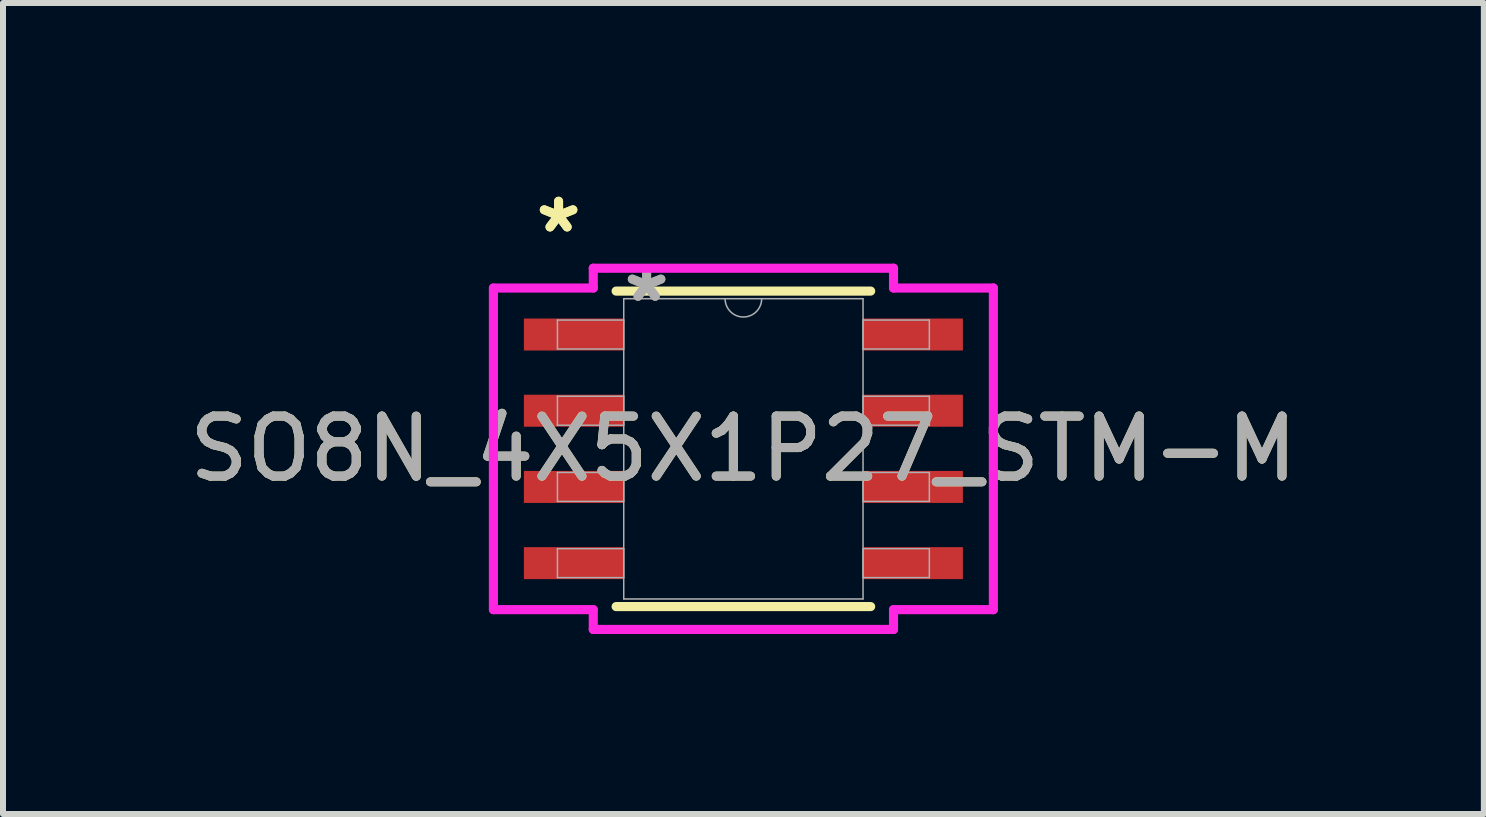
<source format=kicad_pcb>
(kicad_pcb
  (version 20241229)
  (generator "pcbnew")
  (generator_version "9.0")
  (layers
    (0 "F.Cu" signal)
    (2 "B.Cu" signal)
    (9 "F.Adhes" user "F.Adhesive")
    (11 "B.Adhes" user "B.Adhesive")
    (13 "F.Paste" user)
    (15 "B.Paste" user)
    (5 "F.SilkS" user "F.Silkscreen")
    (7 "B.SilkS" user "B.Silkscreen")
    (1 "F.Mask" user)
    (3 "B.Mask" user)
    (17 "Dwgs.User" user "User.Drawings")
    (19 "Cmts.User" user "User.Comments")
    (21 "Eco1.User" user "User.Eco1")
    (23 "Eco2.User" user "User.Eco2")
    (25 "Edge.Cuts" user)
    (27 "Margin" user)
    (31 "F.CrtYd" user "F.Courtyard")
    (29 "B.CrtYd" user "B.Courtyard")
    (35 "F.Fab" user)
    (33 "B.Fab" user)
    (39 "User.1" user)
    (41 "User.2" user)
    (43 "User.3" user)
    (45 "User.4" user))
  (footprint "SO8N_4X5X1P27_STM-M"
    (layer "F.Cu")
    (at 9.339 4.43)
    (property "Reference" "SO8N_4X5X1P27_STM-M" (at 0 0 0) (unlocked yes) (layer "F.SilkS") (effects (font (size 1 1) (thickness 0.15))))
    (attr smd)
    (fp_line (start -2.121 2.629) (end 2.121 2.629) (stroke (width 0.152) (type solid)) (layer "F.SilkS"))
    (fp_line (start 2.121 -2.629) (end -2.121 -2.629) (stroke (width 0.152) (type solid)) (layer "F.SilkS"))
    (fp_line (start -4.166 -2.68) (end -2.502 -2.68) (stroke (width 0.152) (type solid)) (layer "F.CrtYd"))
    (fp_line (start -4.166 2.68) (end -4.166 -2.68) (stroke (width 0.152) (type solid)) (layer "F.CrtYd"))
    (fp_line (start -4.166 2.68) (end -2.502 2.68) (stroke (width 0.152) (type solid)) (layer "F.CrtYd"))
    (fp_line (start -2.502 -3.01) (end 2.502 -3.01) (stroke (width 0.152) (type solid)) (layer "F.CrtYd"))
    (fp_line (start -2.502 -2.68) (end -2.502 -3.01) (stroke (width 0.152) (type solid)) (layer "F.CrtYd"))
    (fp_line (start -2.502 3.01) (end -2.502 2.68) (stroke (width 0.152) (type solid)) (layer "F.CrtYd"))
    (fp_line (start 2.502 -3.01) (end 2.502 -2.68) (stroke (width 0.152) (type solid)) (layer "F.CrtYd"))
    (fp_line (start 2.502 2.68) (end 2.502 3.01) (stroke (width 0.152) (type solid)) (layer "F.CrtYd"))
    (fp_line (start 2.502 3.01) (end -2.502 3.01) (stroke (width 0.152) (type solid)) (layer "F.CrtYd"))
    (fp_line (start 4.166 -2.68) (end 2.502 -2.68) (stroke (width 0.152) (type solid)) (layer "F.CrtYd"))
    (fp_line (start 4.166 -2.68) (end 4.166 2.68) (stroke (width 0.152) (type solid)) (layer "F.CrtYd"))
    (fp_line (start 4.166 2.68) (end 2.502 2.68) (stroke (width 0.152) (type solid)) (layer "F.CrtYd"))
    (fp_line (start -3.099 -2.146) (end -3.099 -1.664) (stroke (width 0.025) (type solid)) (layer "F.Fab"))
    (fp_line (start -3.099 -1.664) (end -1.994 -1.664) (stroke (width 0.025) (type solid)) (layer "F.Fab"))
    (fp_line (start -3.099 -0.876) (end -3.099 -0.394) (stroke (width 0.025) (type solid)) (layer "F.Fab"))
    (fp_line (start -3.099 -0.394) (end -1.994 -0.394) (stroke (width 0.025) (type solid)) (layer "F.Fab"))
    (fp_line (start -3.099 0.394) (end -3.099 0.876) (stroke (width 0.025) (type solid)) (layer "F.Fab"))
    (fp_line (start -3.099 0.876) (end -1.994 0.876) (stroke (width 0.025) (type solid)) (layer "F.Fab"))
    (fp_line (start -3.099 1.664) (end -3.099 2.146) (stroke (width 0.025) (type solid)) (layer "F.Fab"))
    (fp_line (start -3.099 2.146) (end -1.994 2.146) (stroke (width 0.025) (type solid)) (layer "F.Fab"))
    (fp_line (start -1.994 -2.502) (end -1.994 2.502) (stroke (width 0.025) (type solid)) (layer "F.Fab"))
    (fp_line (start -1.994 -2.146) (end -3.099 -2.146) (stroke (width 0.025) (type solid)) (layer "F.Fab"))
    (fp_line (start -1.994 -1.664) (end -1.994 -2.146) (stroke (width 0.025) (type solid)) (layer "F.Fab"))
    (fp_line (start -1.994 -0.876) (end -3.099 -0.876) (stroke (width 0.025) (type solid)) (layer "F.Fab"))
    (fp_line (start -1.994 -0.394) (end -1.994 -0.876) (stroke (width 0.025) (type solid)) (layer "F.Fab"))
    (fp_line (start -1.994 0.394) (end -3.099 0.394) (stroke (width 0.025) (type solid)) (layer "F.Fab"))
    (fp_line (start -1.994 0.876) (end -1.994 0.394) (stroke (width 0.025) (type solid)) (layer "F.Fab"))
    (fp_line (start -1.994 1.664) (end -3.099 1.664) (stroke (width 0.025) (type solid)) (layer "F.Fab"))
    (fp_line (start -1.994 2.146) (end -1.994 1.664) (stroke (width 0.025) (type solid)) (layer "F.Fab"))
    (fp_line (start -1.994 2.502) (end 1.994 2.502) (stroke (width 0.025) (type solid)) (layer "F.Fab"))
    (fp_line (start 1.994 -2.502) (end -1.994 -2.502) (stroke (width 0.025) (type solid)) (layer "F.Fab"))
    (fp_line (start 1.994 -2.146) (end 1.994 -1.664) (stroke (width 0.025) (type solid)) (layer "F.Fab"))
    (fp_line (start 1.994 -1.664) (end 3.099 -1.664) (stroke (width 0.025) (type solid)) (layer "F.Fab"))
    (fp_line (start 1.994 -0.876) (end 1.994 -0.394) (stroke (width 0.025) (type solid)) (layer "F.Fab"))
    (fp_line (start 1.994 -0.394) (end 3.099 -0.394) (stroke (width 0.025) (type solid)) (layer "F.Fab"))
    (fp_line (start 1.994 0.394) (end 1.994 0.876) (stroke (width 0.025) (type solid)) (layer "F.Fab"))
    (fp_line (start 1.994 0.876) (end 3.099 0.876) (stroke (width 0.025) (type solid)) (layer "F.Fab"))
    (fp_line (start 1.994 1.664) (end 1.994 2.146) (stroke (width 0.025) (type solid)) (layer "F.Fab"))
    (fp_line (start 1.994 2.146) (end 3.099 2.146) (stroke (width 0.025) (type solid)) (layer "F.Fab"))
    (fp_line (start 1.994 2.502) (end 1.994 -2.502) (stroke (width 0.025) (type solid)) (layer "F.Fab"))
    (fp_line (start 3.099 -2.146) (end 1.994 -2.146) (stroke (width 0.025) (type solid)) (layer "F.Fab"))
    (fp_line (start 3.099 -1.664) (end 3.099 -2.146) (stroke (width 0.025) (type solid)) (layer "F.Fab"))
    (fp_line (start 3.099 -0.876) (end 1.994 -0.876) (stroke (width 0.025) (type solid)) (layer "F.Fab"))
    (fp_line (start 3.099 -0.394) (end 3.099 -0.876) (stroke (width 0.025) (type solid)) (layer "F.Fab"))
    (fp_line (start 3.099 0.394) (end 1.994 0.394) (stroke (width 0.025) (type solid)) (layer "F.Fab"))
    (fp_line (start 3.099 0.876) (end 3.099 0.394) (stroke (width 0.025) (type solid)) (layer "F.Fab"))
    (fp_line (start 3.099 1.664) (end 1.994 1.664) (stroke (width 0.025) (type solid)) (layer "F.Fab"))
    (fp_line (start 3.099 2.146) (end 3.099 1.664) (stroke (width 0.025) (type solid)) (layer "F.Fab"))
    (fp_arc (start 0.3048 -2.5019) (mid 0 -2.1971) (end -0.3048 -2.5019) (stroke (width 0.0254) (type solid)) (layer "F.Fab"))
    (fp_text user "*" (at -3.08 -3.581 0) (layer "F.SilkS") (effects (font (size 1 1) (thickness 0.15))))
    (fp_text user "*" (at -3.08 -3.581 0) (unlocked yes) (layer "F.SilkS") (effects (font (size 1 1) (thickness 0.15))))
    (fp_text user "${REFERENCE}" (at 0 0 0) (unlocked yes) (layer "F.Fab") (effects (font (size 1 1) (thickness 0.15))))
    (fp_text user "*" (at -1.613 -2.426 0) (layer "F.Fab") (effects (font (size 1 1) (thickness 0.15))))
    (fp_text user "*" (at -1.613 -2.426 0) (unlocked yes) (layer "F.Fab") (effects (font (size 1 1) (thickness 0.15))))
    (pad "1" smd rect (at -2.826 -1.905) (size 1.664 0.533) (layers "F.Cu" "F.Mask" "F.Paste"))
    (pad "2" smd rect (at -2.826 -0.635) (size 1.664 0.533) (layers "F.Cu" "F.Mask" "F.Paste"))
    (pad "3" smd rect (at -2.826 0.635) (size 1.664 0.533) (layers "F.Cu" "F.Mask" "F.Paste"))
    (pad "4" smd rect (at -2.826 1.905) (size 1.664 0.533) (layers "F.Cu" "F.Mask" "F.Paste"))
    (pad "5" smd rect (at 2.826 1.905) (size 1.664 0.533) (layers "F.Cu" "F.Mask" "F.Paste"))
    (pad "6" smd rect (at 2.826 0.635) (size 1.664 0.533) (layers "F.Cu" "F.Mask" "F.Paste"))
    (pad "7" smd rect (at 2.826 -0.635) (size 1.664 0.533) (layers "F.Cu" "F.Mask" "F.Paste"))
    (pad "8" smd rect (at 2.826 -1.905) (size 1.664 0.533) (layers "F.Cu" "F.Mask" "F.Paste")))
  (gr_rect
    (start -3 -3)
    (end 21.679 10.516)
    (stroke (width 0.1) (type default))
    (fill no)
    (layer "Edge.Cuts")))
</source>
